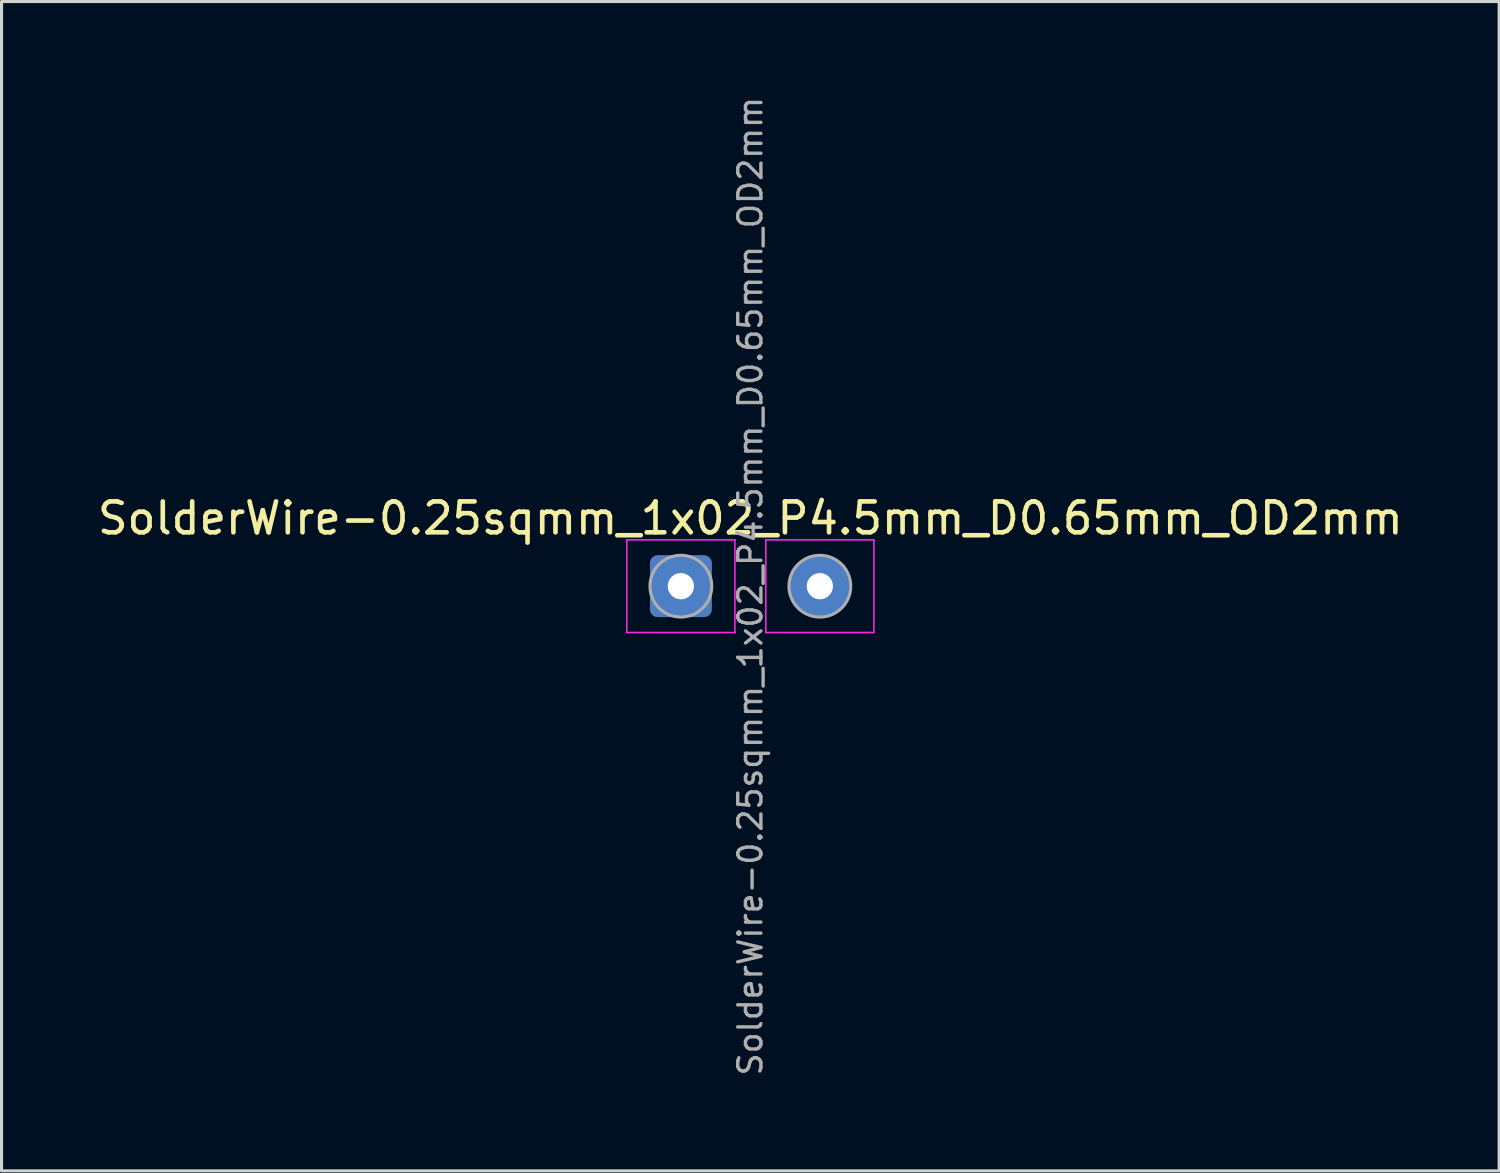
<source format=kicad_pcb>
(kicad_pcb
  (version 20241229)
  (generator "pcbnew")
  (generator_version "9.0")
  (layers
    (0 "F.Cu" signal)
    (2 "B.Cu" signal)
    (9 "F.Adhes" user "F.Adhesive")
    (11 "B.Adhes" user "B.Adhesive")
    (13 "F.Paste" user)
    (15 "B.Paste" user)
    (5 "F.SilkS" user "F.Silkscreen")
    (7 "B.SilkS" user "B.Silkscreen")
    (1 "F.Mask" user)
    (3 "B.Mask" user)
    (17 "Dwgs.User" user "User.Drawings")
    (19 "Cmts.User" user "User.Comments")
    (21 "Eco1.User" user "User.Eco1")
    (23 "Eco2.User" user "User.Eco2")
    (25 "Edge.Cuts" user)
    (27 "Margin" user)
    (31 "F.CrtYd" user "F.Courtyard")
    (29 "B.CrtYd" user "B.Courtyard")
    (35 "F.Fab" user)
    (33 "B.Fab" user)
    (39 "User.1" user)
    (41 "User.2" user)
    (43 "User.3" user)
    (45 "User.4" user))
  (footprint "SolderWire-0.25sqmm_1x02_P4.5mm_D0.65mm_OD2mm"
    (layer "F.Cu")
    (at 18.994 15.929)
    (property "Reference" "SolderWire-0.25sqmm_1x02_P4.5mm_D0.65mm_OD2mm" (at 2.25 -2.2 0) (layer "F.SilkS") (effects (font (size 1 1) (thickness 0.15))))
    (attr exclude_from_pos_files exclude_from_bom)
    (fp_line (start -1.75 -1.5) (end -1.75 1.5) (stroke (width 0.05) (type solid)) (layer "F.CrtYd"))
    (fp_line (start -1.75 1.5) (end 1.75 1.5) (stroke (width 0.05) (type solid)) (layer "F.CrtYd"))
    (fp_line (start 1.75 -1.5) (end -1.75 -1.5) (stroke (width 0.05) (type solid)) (layer "F.CrtYd"))
    (fp_line (start 1.75 1.5) (end 1.75 -1.5) (stroke (width 0.05) (type solid)) (layer "F.CrtYd"))
    (fp_line (start 2.75 -1.5) (end 2.75 1.5) (stroke (width 0.05) (type solid)) (layer "F.CrtYd"))
    (fp_line (start 2.75 1.5) (end 6.25 1.5) (stroke (width 0.05) (type solid)) (layer "F.CrtYd"))
    (fp_line (start 6.25 -1.5) (end 2.75 -1.5) (stroke (width 0.05) (type solid)) (layer "F.CrtYd"))
    (fp_line (start 6.25 1.5) (end 6.25 -1.5) (stroke (width 0.05) (type solid)) (layer "F.CrtYd"))
    (fp_circle (center 0 0) (end 1 0) (stroke (width 0.1) (type solid)) (fill no) (layer "F.Fab"))
    (fp_circle (center 4.5 0) (end 5.5 0) (stroke (width 0.1) (type solid)) (fill no) (layer "F.Fab"))
    (fp_text user "${REFERENCE}" (at 2.25 0 90) (layer "F.Fab") (effects (font (size 0.75 0.75) (thickness 0.11))))
    (pad "1" thru_hole roundrect (at 0 0) (size 2 2) (drill 0.85) (layers "*.Cu" "*.Mask") (roundrect_rratio 0.125))
    (pad "2" thru_hole circle (at 4.5 0) (size 2 2) (drill 0.85) (layers "*.Cu" "*.Mask")))
  (gr_rect
    (start -3 -3)
    (end 45.488 34.859)
    (stroke (width 0.1) (type default))
    (fill no)
    (layer "Edge.Cuts")))
</source>
